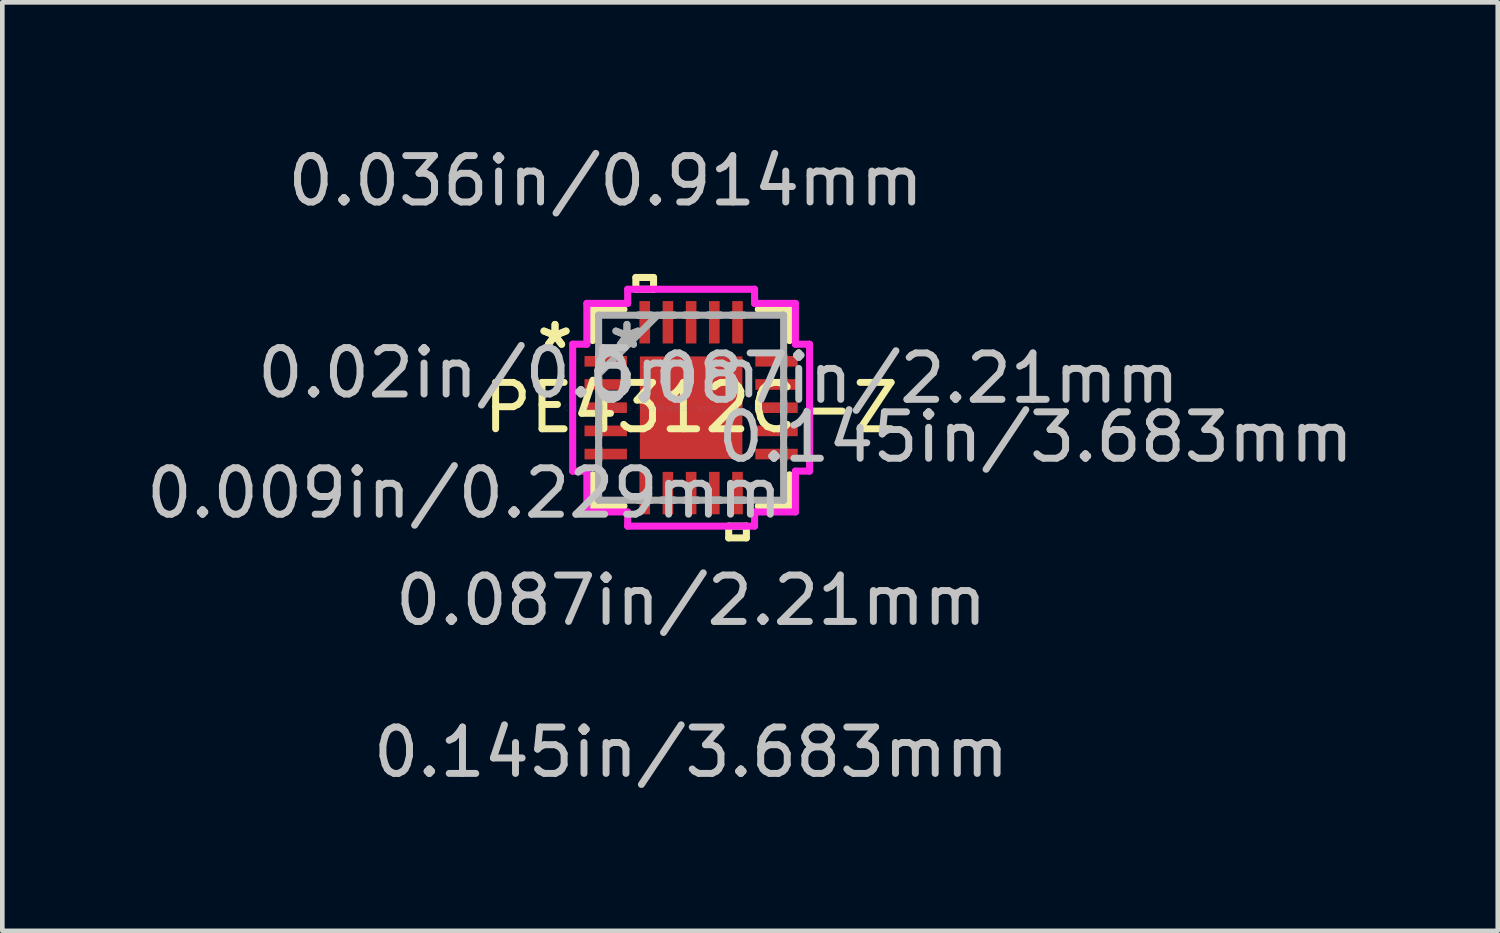
<source format=kicad_pcb>
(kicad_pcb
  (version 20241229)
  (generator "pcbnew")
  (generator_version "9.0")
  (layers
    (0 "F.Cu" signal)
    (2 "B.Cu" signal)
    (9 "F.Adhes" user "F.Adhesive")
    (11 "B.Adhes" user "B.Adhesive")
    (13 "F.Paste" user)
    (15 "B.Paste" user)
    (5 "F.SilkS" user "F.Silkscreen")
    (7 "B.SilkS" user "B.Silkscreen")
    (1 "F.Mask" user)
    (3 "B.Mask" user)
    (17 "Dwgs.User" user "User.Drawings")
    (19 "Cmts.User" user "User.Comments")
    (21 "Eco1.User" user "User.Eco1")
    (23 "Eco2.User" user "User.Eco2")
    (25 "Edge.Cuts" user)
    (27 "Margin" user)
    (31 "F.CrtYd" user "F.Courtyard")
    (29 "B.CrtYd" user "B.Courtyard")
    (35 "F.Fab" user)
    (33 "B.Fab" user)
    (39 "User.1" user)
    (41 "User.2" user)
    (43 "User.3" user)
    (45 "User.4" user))
  (footprint "PE4312C-Z"
    (layer "F.Cu")
    (at 11.848 5.738)
    (property "Reference" "PE4312C-Z" (at 0 0 0) (layer "F.SilkS") (effects (font (size 1 1) (thickness 0.15))))
    (attr through_hole)
    (fp_line (start -2.121 -2.121) (end -2.121 -1.447) (stroke (width 0.152) (type solid)) (layer "F.SilkS"))
    (fp_line (start -2.121 1.447) (end -2.121 2.121) (stroke (width 0.152) (type solid)) (layer "F.SilkS"))
    (fp_line (start -2.121 2.121) (end -1.447 2.121) (stroke (width 0.152) (type solid)) (layer "F.SilkS"))
    (fp_line (start -1.447 -2.121) (end -2.121 -2.121) (stroke (width 0.152) (type solid)) (layer "F.SilkS"))
    (fp_line (start -1.191 -2.807) (end -0.81 -2.807) (stroke (width 0.152) (type solid)) (layer "F.SilkS"))
    (fp_line (start -1.191 -2.553) (end -1.191 -2.807) (stroke (width 0.152) (type solid)) (layer "F.SilkS"))
    (fp_line (start -0.81 -2.807) (end -0.81 -2.553) (stroke (width 0.152) (type solid)) (layer "F.SilkS"))
    (fp_line (start -0.81 -2.553) (end -1.191 -2.553) (stroke (width 0.152) (type solid)) (layer "F.SilkS"))
    (fp_line (start 0.81 2.553) (end 0.81 2.807) (stroke (width 0.152) (type solid)) (layer "F.SilkS"))
    (fp_line (start 0.81 2.807) (end 1.191 2.807) (stroke (width 0.152) (type solid)) (layer "F.SilkS"))
    (fp_line (start 1.191 2.553) (end 0.81 2.553) (stroke (width 0.152) (type solid)) (layer "F.SilkS"))
    (fp_line (start 1.191 2.807) (end 1.191 2.553) (stroke (width 0.152) (type solid)) (layer "F.SilkS"))
    (fp_line (start 1.447 2.121) (end 2.121 2.121) (stroke (width 0.152) (type solid)) (layer "F.SilkS"))
    (fp_line (start 2.121 -2.121) (end 1.447 -2.121) (stroke (width 0.152) (type solid)) (layer "F.SilkS"))
    (fp_line (start 2.121 -1.447) (end 2.121 -2.121) (stroke (width 0.152) (type solid)) (layer "F.SilkS"))
    (fp_line (start 2.121 2.121) (end 2.121 1.447) (stroke (width 0.152) (type solid)) (layer "F.SilkS"))
    (fp_line (start -2.553 -1.368) (end -2.248 -1.368) (stroke (width 0.152) (type solid)) (layer "F.CrtYd"))
    (fp_line (start -2.553 1.368) (end -2.553 -1.368) (stroke (width 0.152) (type solid)) (layer "F.CrtYd"))
    (fp_line (start -2.248 -2.248) (end -1.368 -2.248) (stroke (width 0.152) (type solid)) (layer "F.CrtYd"))
    (fp_line (start -2.248 -1.368) (end -2.248 -2.248) (stroke (width 0.152) (type solid)) (layer "F.CrtYd"))
    (fp_line (start -2.248 1.368) (end -2.553 1.368) (stroke (width 0.152) (type solid)) (layer "F.CrtYd"))
    (fp_line (start -2.248 2.248) (end -2.248 1.368) (stroke (width 0.152) (type solid)) (layer "F.CrtYd"))
    (fp_line (start -1.368 -2.553) (end 1.368 -2.553) (stroke (width 0.152) (type solid)) (layer "F.CrtYd"))
    (fp_line (start -1.368 -2.248) (end -1.368 -2.553) (stroke (width 0.152) (type solid)) (layer "F.CrtYd"))
    (fp_line (start -1.368 2.248) (end -2.248 2.248) (stroke (width 0.152) (type solid)) (layer "F.CrtYd"))
    (fp_line (start -1.368 2.553) (end -1.368 2.248) (stroke (width 0.152) (type solid)) (layer "F.CrtYd"))
    (fp_line (start 1.368 -2.553) (end 1.368 -2.248) (stroke (width 0.152) (type solid)) (layer "F.CrtYd"))
    (fp_line (start 1.368 -2.248) (end 2.248 -2.248) (stroke (width 0.152) (type solid)) (layer "F.CrtYd"))
    (fp_line (start 1.368 2.248) (end 1.368 2.553) (stroke (width 0.152) (type solid)) (layer "F.CrtYd"))
    (fp_line (start 1.368 2.553) (end -1.368 2.553) (stroke (width 0.152) (type solid)) (layer "F.CrtYd"))
    (fp_line (start 2.248 -2.248) (end 2.248 -1.368) (stroke (width 0.152) (type solid)) (layer "F.CrtYd"))
    (fp_line (start 2.248 -1.368) (end 2.553 -1.368) (stroke (width 0.152) (type solid)) (layer "F.CrtYd"))
    (fp_line (start 2.248 1.368) (end 2.248 2.248) (stroke (width 0.152) (type solid)) (layer "F.CrtYd"))
    (fp_line (start 2.248 2.248) (end 1.368 2.248) (stroke (width 0.152) (type solid)) (layer "F.CrtYd"))
    (fp_line (start 2.553 -1.368) (end 2.553 1.368) (stroke (width 0.152) (type solid)) (layer "F.CrtYd"))
    (fp_line (start 2.553 1.368) (end 2.248 1.368) (stroke (width 0.152) (type solid)) (layer "F.CrtYd"))
    (fp_line (start -1.994 -1.994) (end -1.994 -1.994) (stroke (width 0.152) (type solid)) (layer "F.Fab"))
    (fp_line (start -1.994 -1.994) (end -1.994 1.994) (stroke (width 0.152) (type solid)) (layer "F.Fab"))
    (fp_line (start -1.994 -1.14) (end -1.994 -1.14) (stroke (width 0.152) (type solid)) (layer "F.Fab"))
    (fp_line (start -1.994 -1.14) (end -1.994 -0.86) (stroke (width 0.152) (type solid)) (layer "F.Fab"))
    (fp_line (start -1.994 -0.86) (end -1.994 -1.14) (stroke (width 0.152) (type solid)) (layer "F.Fab"))
    (fp_line (start -1.994 -0.86) (end -1.994 -0.86) (stroke (width 0.152) (type solid)) (layer "F.Fab"))
    (fp_line (start -1.994 -0.724) (end -0.724 -1.994) (stroke (width 0.152) (type solid)) (layer "F.Fab"))
    (fp_line (start -1.994 -0.64) (end -1.994 -0.64) (stroke (width 0.152) (type solid)) (layer "F.Fab"))
    (fp_line (start -1.994 -0.64) (end -1.994 -0.36) (stroke (width 0.152) (type solid)) (layer "F.Fab"))
    (fp_line (start -1.994 -0.36) (end -1.994 -0.64) (stroke (width 0.152) (type solid)) (layer "F.Fab"))
    (fp_line (start -1.994 -0.36) (end -1.994 -0.36) (stroke (width 0.152) (type solid)) (layer "F.Fab"))
    (fp_line (start -1.994 -0.14) (end -1.994 -0.14) (stroke (width 0.152) (type solid)) (layer "F.Fab"))
    (fp_line (start -1.994 -0.14) (end -1.994 0.14) (stroke (width 0.152) (type solid)) (layer "F.Fab"))
    (fp_line (start -1.994 0.14) (end -1.994 -0.14) (stroke (width 0.152) (type solid)) (layer "F.Fab"))
    (fp_line (start -1.994 0.14) (end -1.994 0.14) (stroke (width 0.152) (type solid)) (layer "F.Fab"))
    (fp_line (start -1.994 0.36) (end -1.994 0.36) (stroke (width 0.152) (type solid)) (layer "F.Fab"))
    (fp_line (start -1.994 0.36) (end -1.994 0.64) (stroke (width 0.152) (type solid)) (layer "F.Fab"))
    (fp_line (start -1.994 0.64) (end -1.994 0.36) (stroke (width 0.152) (type solid)) (layer "F.Fab"))
    (fp_line (start -1.994 0.64) (end -1.994 0.64) (stroke (width 0.152) (type solid)) (layer "F.Fab"))
    (fp_line (start -1.994 0.86) (end -1.994 0.86) (stroke (width 0.152) (type solid)) (layer "F.Fab"))
    (fp_line (start -1.994 0.86) (end -1.994 1.14) (stroke (width 0.152) (type solid)) (layer "F.Fab"))
    (fp_line (start -1.994 1.14) (end -1.994 0.86) (stroke (width 0.152) (type solid)) (layer "F.Fab"))
    (fp_line (start -1.994 1.14) (end -1.994 1.14) (stroke (width 0.152) (type solid)) (layer "F.Fab"))
    (fp_line (start -1.994 1.994) (end -1.994 1.994) (stroke (width 0.152) (type solid)) (layer "F.Fab"))
    (fp_line (start -1.994 1.994) (end 1.994 1.994) (stroke (width 0.152) (type solid)) (layer "F.Fab"))
    (fp_line (start -1.14 -1.994) (end -1.14 -1.994) (stroke (width 0.152) (type solid)) (layer "F.Fab"))
    (fp_line (start -1.14 -1.994) (end -0.86 -1.994) (stroke (width 0.152) (type solid)) (layer "F.Fab"))
    (fp_line (start -1.14 1.994) (end -1.14 1.994) (stroke (width 0.152) (type solid)) (layer "F.Fab"))
    (fp_line (start -1.14 1.994) (end -0.86 1.994) (stroke (width 0.152) (type solid)) (layer "F.Fab"))
    (fp_line (start -0.86 -1.994) (end -1.14 -1.994) (stroke (width 0.152) (type solid)) (layer "F.Fab"))
    (fp_line (start -0.86 -1.994) (end -0.86 -1.994) (stroke (width 0.152) (type solid)) (layer "F.Fab"))
    (fp_line (start -0.86 1.994) (end -1.14 1.994) (stroke (width 0.152) (type solid)) (layer "F.Fab"))
    (fp_line (start -0.86 1.994) (end -0.86 1.994) (stroke (width 0.152) (type solid)) (layer "F.Fab"))
    (fp_line (start -0.64 -1.994) (end -0.64 -1.994) (stroke (width 0.152) (type solid)) (layer "F.Fab"))
    (fp_line (start -0.64 -1.994) (end -0.36 -1.994) (stroke (width 0.152) (type solid)) (layer "F.Fab"))
    (fp_line (start -0.64 1.994) (end -0.64 1.994) (stroke (width 0.152) (type solid)) (layer "F.Fab"))
    (fp_line (start -0.64 1.994) (end -0.36 1.994) (stroke (width 0.152) (type solid)) (layer "F.Fab"))
    (fp_line (start -0.36 -1.994) (end -0.64 -1.994) (stroke (width 0.152) (type solid)) (layer "F.Fab"))
    (fp_line (start -0.36 -1.994) (end -0.36 -1.994) (stroke (width 0.152) (type solid)) (layer "F.Fab"))
    (fp_line (start -0.36 1.994) (end -0.64 1.994) (stroke (width 0.152) (type solid)) (layer "F.Fab"))
    (fp_line (start -0.36 1.994) (end -0.36 1.994) (stroke (width 0.152) (type solid)) (layer "F.Fab"))
    (fp_line (start -0.14 -1.994) (end -0.14 -1.994) (stroke (width 0.152) (type solid)) (layer "F.Fab"))
    (fp_line (start -0.14 -1.994) (end 0.14 -1.994) (stroke (width 0.152) (type solid)) (layer "F.Fab"))
    (fp_line (start -0.14 1.994) (end -0.14 1.994) (stroke (width 0.152) (type solid)) (layer "F.Fab"))
    (fp_line (start -0.14 1.994) (end 0.14 1.994) (stroke (width 0.152) (type solid)) (layer "F.Fab"))
    (fp_line (start 0.14 -1.994) (end -0.14 -1.994) (stroke (width 0.152) (type solid)) (layer "F.Fab"))
    (fp_line (start 0.14 -1.994) (end 0.14 -1.994) (stroke (width 0.152) (type solid)) (layer "F.Fab"))
    (fp_line (start 0.14 1.994) (end -0.14 1.994) (stroke (width 0.152) (type solid)) (layer "F.Fab"))
    (fp_line (start 0.14 1.994) (end 0.14 1.994) (stroke (width 0.152) (type solid)) (layer "F.Fab"))
    (fp_line (start 0.36 -1.994) (end 0.36 -1.994) (stroke (width 0.152) (type solid)) (layer "F.Fab"))
    (fp_line (start 0.36 -1.994) (end 0.64 -1.994) (stroke (width 0.152) (type solid)) (layer "F.Fab"))
    (fp_line (start 0.36 1.994) (end 0.36 1.994) (stroke (width 0.152) (type solid)) (layer "F.Fab"))
    (fp_line (start 0.36 1.994) (end 0.64 1.994) (stroke (width 0.152) (type solid)) (layer "F.Fab"))
    (fp_line (start 0.64 -1.994) (end 0.36 -1.994) (stroke (width 0.152) (type solid)) (layer "F.Fab"))
    (fp_line (start 0.64 -1.994) (end 0.64 -1.994) (stroke (width 0.152) (type solid)) (layer "F.Fab"))
    (fp_line (start 0.64 1.994) (end 0.36 1.994) (stroke (width 0.152) (type solid)) (layer "F.Fab"))
    (fp_line (start 0.64 1.994) (end 0.64 1.994) (stroke (width 0.152) (type solid)) (layer "F.Fab"))
    (fp_line (start 0.86 -1.994) (end 0.86 -1.994) (stroke (width 0.152) (type solid)) (layer "F.Fab"))
    (fp_line (start 0.86 -1.994) (end 1.14 -1.994) (stroke (width 0.152) (type solid)) (layer "F.Fab"))
    (fp_line (start 0.86 1.994) (end 0.86 1.994) (stroke (width 0.152) (type solid)) (layer "F.Fab"))
    (fp_line (start 0.86 1.994) (end 1.14 1.994) (stroke (width 0.152) (type solid)) (layer "F.Fab"))
    (fp_line (start 1.14 -1.994) (end 0.86 -1.994) (stroke (width 0.152) (type solid)) (layer "F.Fab"))
    (fp_line (start 1.14 -1.994) (end 1.14 -1.994) (stroke (width 0.152) (type solid)) (layer "F.Fab"))
    (fp_line (start 1.14 1.994) (end 0.86 1.994) (stroke (width 0.152) (type solid)) (layer "F.Fab"))
    (fp_line (start 1.14 1.994) (end 1.14 1.994) (stroke (width 0.152) (type solid)) (layer "F.Fab"))
    (fp_line (start 1.994 -1.994) (end -1.994 -1.994) (stroke (width 0.152) (type solid)) (layer "F.Fab"))
    (fp_line (start 1.994 -1.994) (end 1.994 -1.994) (stroke (width 0.152) (type solid)) (layer "F.Fab"))
    (fp_line (start 1.994 -1.14) (end 1.994 -1.14) (stroke (width 0.152) (type solid)) (layer "F.Fab"))
    (fp_line (start 1.994 -1.14) (end 1.994 -0.86) (stroke (width 0.152) (type solid)) (layer "F.Fab"))
    (fp_line (start 1.994 -0.86) (end 1.994 -1.14) (stroke (width 0.152) (type solid)) (layer "F.Fab"))
    (fp_line (start 1.994 -0.86) (end 1.994 -0.86) (stroke (width 0.152) (type solid)) (layer "F.Fab"))
    (fp_line (start 1.994 -0.64) (end 1.994 -0.64) (stroke (width 0.152) (type solid)) (layer "F.Fab"))
    (fp_line (start 1.994 -0.64) (end 1.994 -0.36) (stroke (width 0.152) (type solid)) (layer "F.Fab"))
    (fp_line (start 1.994 -0.36) (end 1.994 -0.64) (stroke (width 0.152) (type solid)) (layer "F.Fab"))
    (fp_line (start 1.994 -0.36) (end 1.994 -0.36) (stroke (width 0.152) (type solid)) (layer "F.Fab"))
    (fp_line (start 1.994 -0.14) (end 1.994 -0.14) (stroke (width 0.152) (type solid)) (layer "F.Fab"))
    (fp_line (start 1.994 -0.14) (end 1.994 0.14) (stroke (width 0.152) (type solid)) (layer "F.Fab"))
    (fp_line (start 1.994 0.14) (end 1.994 -0.14) (stroke (width 0.152) (type solid)) (layer "F.Fab"))
    (fp_line (start 1.994 0.14) (end 1.994 0.14) (stroke (width 0.152) (type solid)) (layer "F.Fab"))
    (fp_line (start 1.994 0.36) (end 1.994 0.36) (stroke (width 0.152) (type solid)) (layer "F.Fab"))
    (fp_line (start 1.994 0.36) (end 1.994 0.64) (stroke (width 0.152) (type solid)) (layer "F.Fab"))
    (fp_line (start 1.994 0.64) (end 1.994 0.36) (stroke (width 0.152) (type solid)) (layer "F.Fab"))
    (fp_line (start 1.994 0.64) (end 1.994 0.64) (stroke (width 0.152) (type solid)) (layer "F.Fab"))
    (fp_line (start 1.994 0.86) (end 1.994 0.86) (stroke (width 0.152) (type solid)) (layer "F.Fab"))
    (fp_line (start 1.994 0.86) (end 1.994 1.14) (stroke (width 0.152) (type solid)) (layer "F.Fab"))
    (fp_line (start 1.994 1.14) (end 1.994 0.86) (stroke (width 0.152) (type solid)) (layer "F.Fab"))
    (fp_line (start 1.994 1.14) (end 1.994 1.14) (stroke (width 0.152) (type solid)) (layer "F.Fab"))
    (fp_line (start 1.994 1.994) (end 1.994 -1.994) (stroke (width 0.152) (type solid)) (layer "F.Fab"))
    (fp_line (start 1.994 1.994) (end 1.994 1.994) (stroke (width 0.152) (type solid)) (layer "F.Fab"))
    (fp_text user "*" (at -2.934 -1.25 0) (layer "F.SilkS") (effects (font (size 1 1) (thickness 0.15))))
    (fp_text user "*" (at -2.934 -1.25 0) (layer "F.SilkS") (effects (font (size 1 1) (thickness 0.15))))
    (fp_text user "0.087in/2.21mm" (at 0 4.153 0) (layer "Dwgs.User") (effects (font (size 1 1) (thickness 0.15))))
    (fp_text user "0.145in/3.683mm" (at 7.429 0.635 0) (layer "Dwgs.User") (effects (font (size 1 1) (thickness 0.15))))
    (fp_text user "0.02in/0.5mm" (at -3.924 -0.75 0) (layer "Dwgs.User") (effects (font (size 1 1) (thickness 0.15))))
    (fp_text user "0.036in/0.914mm" (at -1.841 -4.889 0) (layer "Dwgs.User") (effects (font (size 1 1) (thickness 0.15))))
    (fp_text user "0.145in/3.683mm" (at 0 7.429 0) (layer "Dwgs.User") (effects (font (size 1 1) (thickness 0.15))))
    (fp_text user "0.009in/0.229mm" (at -4.889 1.841 0) (layer "Dwgs.User") (effects (font (size 1 1) (thickness 0.15))))
    (fp_text user "0.087in/2.21mm" (at 4.153 -0.635 0) (layer "Dwgs.User") (effects (font (size 1 1) (thickness 0.15))))
    (fp_text user "Copyright 2016 Accelerated Designs. All rights reserved." (at 0 0 0) (layer "Cmts.User") (effects (font (size 0.127 0.127) (thickness 0.002))))
    (fp_text user "*" (at -1.384 -1.25 0) (layer "F.Fab") (effects (font (size 1 1) (thickness 0.15))))
    (fp_text user "*" (at -1.384 -1.25 0) (layer "F.Fab") (effects (font (size 1 1) (thickness 0.15))))
    (pad "1" smd rect (at -1.841 -1 90) (size 0.229 0.914) (layers "F.Cu" "F.Mask" "F.Paste"))
    (pad "2" smd rect (at -1.841 -0.5 90) (size 0.229 0.914) (layers "F.Cu" "F.Mask" "F.Paste"))
    (pad "3" smd rect (at -1.841 0 90) (size 0.229 0.914) (layers "F.Cu" "F.Mask" "F.Paste"))
    (pad "4" smd rect (at -1.841 0.5 90) (size 0.229 0.914) (layers "F.Cu" "F.Mask" "F.Paste"))
    (pad "5" smd rect (at -1.841 1 90) (size 0.229 0.914) (layers "F.Cu" "F.Mask" "F.Paste"))
    (pad "6" smd rect (at -1 1.841) (size 0.229 0.914) (layers "F.Cu" "F.Mask" "F.Paste"))
    (pad "7" smd rect (at -0.5 1.841) (size 0.229 0.914) (layers "F.Cu" "F.Mask" "F.Paste"))
    (pad "8" smd rect (at 0 1.841) (size 0.229 0.914) (layers "F.Cu" "F.Mask" "F.Paste"))
    (pad "9" smd rect (at 0.5 1.841) (size 0.229 0.914) (layers "F.Cu" "F.Mask" "F.Paste"))
    (pad "10" smd rect (at 1 1.841) (size 0.229 0.914) (layers "F.Cu" "F.Mask" "F.Paste"))
    (pad "11" smd rect (at 1.841 1 90) (size 0.229 0.914) (layers "F.Cu" "F.Mask" "F.Paste"))
    (pad "12" smd rect (at 1.841 0.5 90) (size 0.229 0.914) (layers "F.Cu" "F.Mask" "F.Paste"))
    (pad "13" smd rect (at 1.841 0 90) (size 0.229 0.914) (layers "F.Cu" "F.Mask" "F.Paste"))
    (pad "14" smd rect (at 1.841 -0.5 90) (size 0.229 0.914) (layers "F.Cu" "F.Mask" "F.Paste"))
    (pad "15" smd rect (at 1.841 -1 90) (size 0.229 0.914) (layers "F.Cu" "F.Mask" "F.Paste"))
    (pad "16" smd rect (at 1 -1.841) (size 0.229 0.914) (layers "F.Cu" "F.Mask" "F.Paste"))
    (pad "17" smd rect (at 0.5 -1.841) (size 0.229 0.914) (layers "F.Cu" "F.Mask" "F.Paste"))
    (pad "18" smd rect (at 0 -1.841) (size 0.229 0.914) (layers "F.Cu" "F.Mask" "F.Paste"))
    (pad "19" smd rect (at -0.5 -1.841) (size 0.229 0.914) (layers "F.Cu" "F.Mask" "F.Paste"))
    (pad "20" smd rect (at -1 -1.841) (size 0.229 0.914) (layers "F.Cu" "F.Mask" "F.Paste"))
    (pad "21" smd rect (at 0 0) (size 2.21 2.21) (layers "F.Cu" "F.Mask" "F.Paste")))
  (gr_rect
    (start -3 -3)
    (end 29.236 17.015)
    (stroke (width 0.1) (type default))
    (fill no)
    (layer "Edge.Cuts")))
</source>
